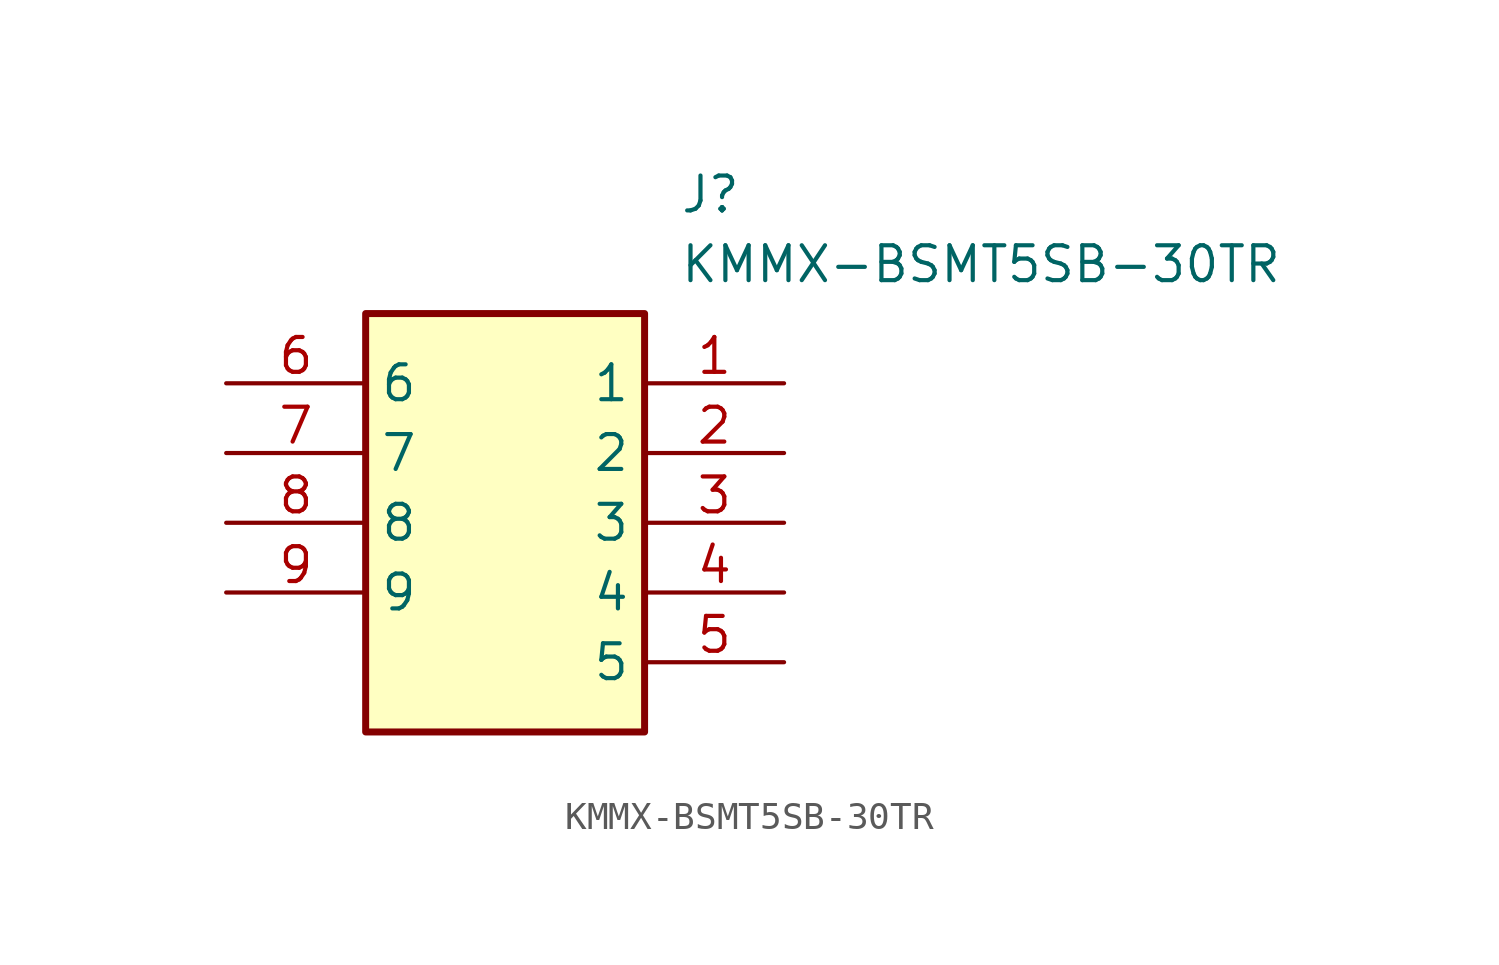
<source format=kicad_sym>
(kicad_symbol_lib
  (version 20211014)
  (generator SamacSys_ECAD_Model)
  (symbol "KMMX-BSMT5SB-30TR"
    (property "Reference" "J"
      (at 16.51 7.62 0)
      (effects (font (size 1.27 1.27)) (justify left top)))
    (property "Value" "KMMX-BSMT5SB-30TR"
      (at 16.51 5.08 0)
      (effects (font (size 1.27 1.27)) (justify left top)))
    (rectangle
      (start 5.08 2.54)
      (end 15.24 -12.7)
      (stroke (width 0.254) (type default))
      (fill (type background)))
    (pin passive line
      (at 20.32 0 180)
      (length 5.08)
      (name "1" (effects (font (size 1.27 1.27))))
      (number "1" (effects (font (size 1.27 1.27)))))
    (pin passive line
      (at 20.32 -2.54 180)
      (length 5.08)
      (name "2" (effects (font (size 1.27 1.27))))
      (number "2" (effects (font (size 1.27 1.27)))))
    (pin passive line
      (at 20.32 -5.08 180)
      (length 5.08)
      (name "3" (effects (font (size 1.27 1.27))))
      (number "3" (effects (font (size 1.27 1.27)))))
    (pin passive line
      (at 20.32 -7.62 180)
      (length 5.08)
      (name "4" (effects (font (size 1.27 1.27))))
      (number "4" (effects (font (size 1.27 1.27)))))
    (pin passive line
      (at 20.32 -10.16 180)
      (length 5.08)
      (name "5" (effects (font (size 1.27 1.27))))
      (number "5" (effects (font (size 1.27 1.27)))))
    (pin passive line
      (at 0 0 0)
      (length 5.08)
      (name "6" (effects (font (size 1.27 1.27))))
      (number "6" (effects (font (size 1.27 1.27)))))
    (pin passive line
      (at 0 -2.54 0)
      (length 5.08)
      (name "7" (effects (font (size 1.27 1.27))))
      (number "7" (effects (font (size 1.27 1.27)))))
    (pin passive line
      (at 0 -5.08 0)
      (length 5.08)
      (name "8" (effects (font (size 1.27 1.27))))
      (number "8" (effects (font (size 1.27 1.27)))))
    (pin passive line
      (at 0 -7.62 0)
      (length 5.08)
      (name "9" (effects (font (size 1.27 1.27))))
      (number "9" (effects (font (size 1.27 1.27)))))))
</source>
